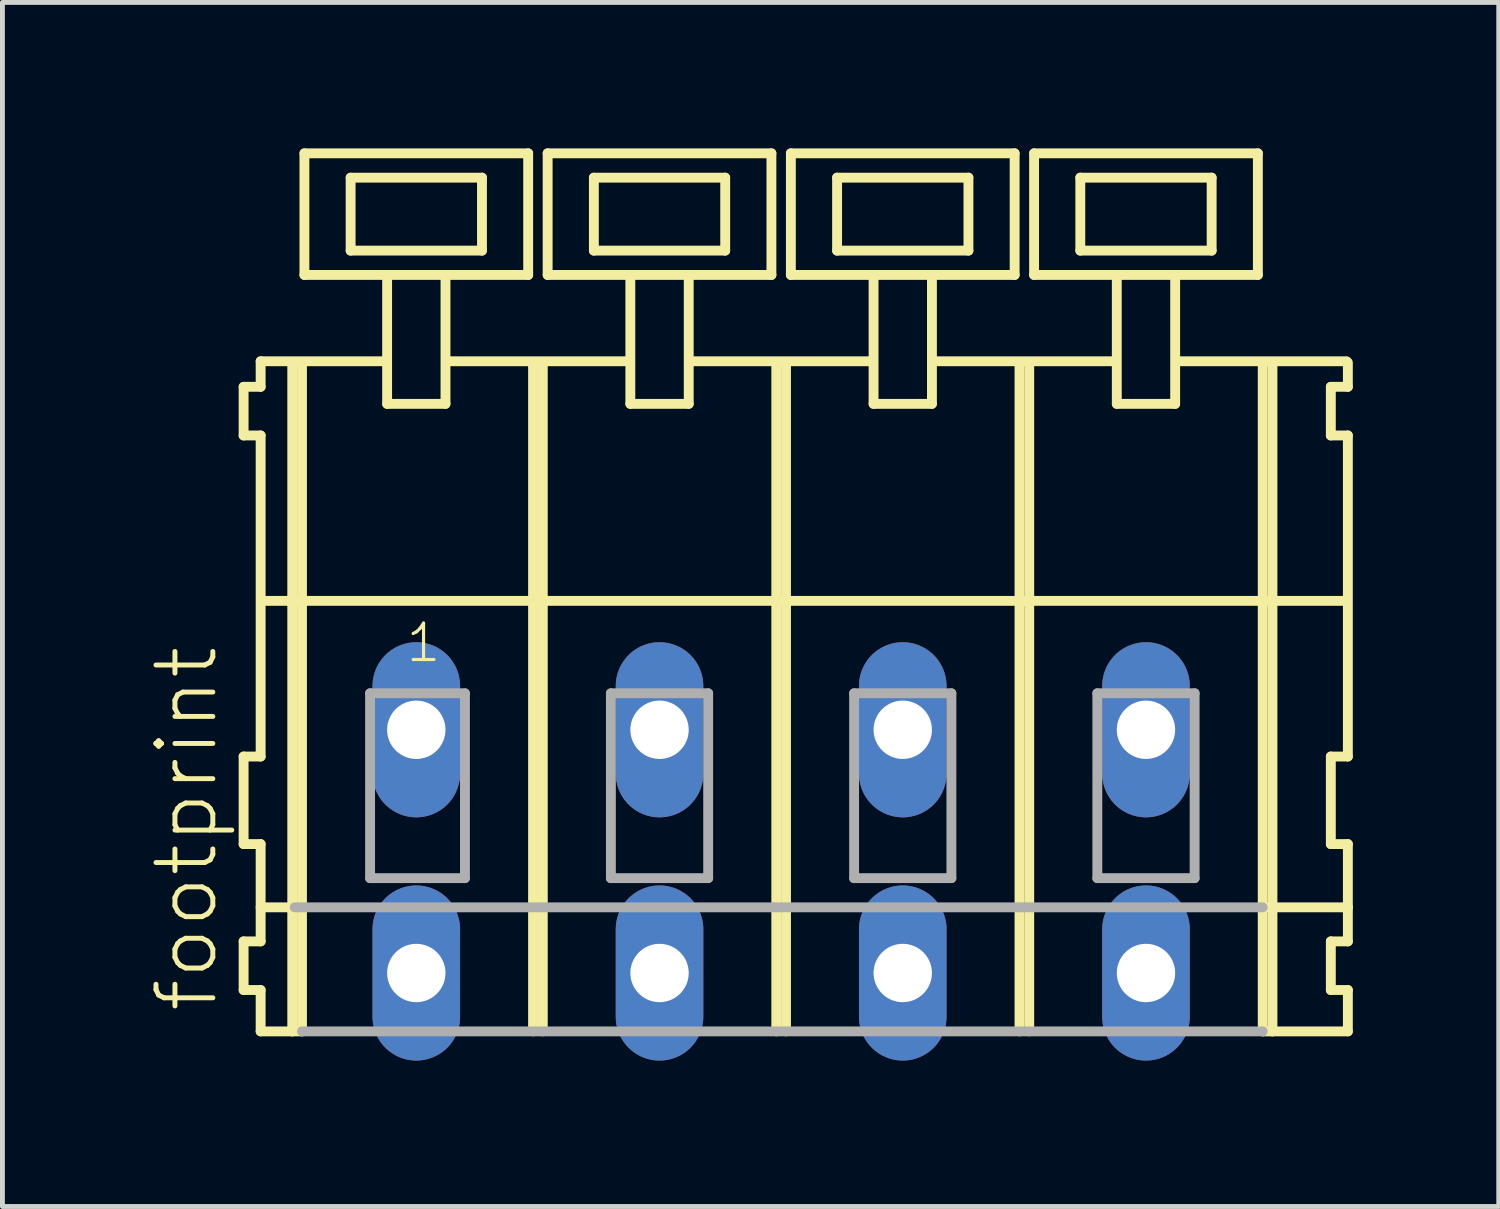
<source format=kicad_pcb>
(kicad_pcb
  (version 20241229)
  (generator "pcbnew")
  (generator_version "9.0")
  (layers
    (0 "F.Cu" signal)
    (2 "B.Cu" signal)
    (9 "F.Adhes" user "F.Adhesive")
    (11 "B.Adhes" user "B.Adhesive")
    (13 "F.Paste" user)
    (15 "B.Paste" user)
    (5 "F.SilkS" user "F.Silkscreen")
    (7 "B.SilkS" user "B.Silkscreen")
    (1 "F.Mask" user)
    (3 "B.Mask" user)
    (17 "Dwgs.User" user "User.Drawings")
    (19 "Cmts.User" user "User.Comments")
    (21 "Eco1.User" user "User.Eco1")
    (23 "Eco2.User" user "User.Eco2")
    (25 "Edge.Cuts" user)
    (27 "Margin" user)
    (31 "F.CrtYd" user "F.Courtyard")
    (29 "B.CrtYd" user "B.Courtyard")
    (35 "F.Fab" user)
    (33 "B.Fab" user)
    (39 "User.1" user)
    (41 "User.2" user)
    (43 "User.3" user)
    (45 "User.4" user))
  (footprint "footprint"
    (layer "F.Cu")
    (at 13.008 11.952)
    (property "Reference" "footprint" (at -11.535 5.855 90) (layer "F.SilkS") (effects (font (size 1.168 1.168) (thickness 0.102)) (justify left bottom)))
    (fp_line (start -11.05 -7.05) (end -11.05 -6.05) (stroke (width 0.203) (type solid)) (layer "F.SilkS"))
    (fp_line (start -11.05 -6.05) (end -10.7 -6.05) (stroke (width 0.203) (type solid)) (layer "F.SilkS"))
    (fp_line (start -11.05 0.55) (end -11.05 2.35) (stroke (width 0.203) (type solid)) (layer "F.SilkS"))
    (fp_line (start -11.05 2.35) (end -10.7 2.35) (stroke (width 0.203) (type solid)) (layer "F.SilkS"))
    (fp_line (start -11.05 4.35) (end -11.05 5.35) (stroke (width 0.203) (type solid)) (layer "F.SilkS"))
    (fp_line (start -11.05 5.35) (end -10.7 5.35) (stroke (width 0.203) (type solid)) (layer "F.SilkS"))
    (fp_line (start -10.7 -7.575) (end -10.7 -7.05) (stroke (width 0.203) (type solid)) (layer "F.SilkS"))
    (fp_line (start -10.7 -7.575) (end -8.125 -7.575) (stroke (width 0.203) (type solid)) (layer "F.SilkS"))
    (fp_line (start -10.7 -7.05) (end -11.05 -7.05) (stroke (width 0.203) (type solid)) (layer "F.SilkS"))
    (fp_line (start -10.7 -6.05) (end -10.7 0.55) (stroke (width 0.203) (type solid)) (layer "F.SilkS"))
    (fp_line (start -10.7 0.55) (end -11.05 0.55) (stroke (width 0.203) (type solid)) (layer "F.SilkS"))
    (fp_line (start -10.7 2.35) (end -10.7 4.35) (stroke (width 0.203) (type solid)) (layer "F.SilkS"))
    (fp_line (start -10.7 3.65) (end -10 3.65) (stroke (width 0.203) (type solid)) (layer "F.SilkS"))
    (fp_line (start -10.7 4.35) (end -11.05 4.35) (stroke (width 0.203) (type solid)) (layer "F.SilkS"))
    (fp_line (start -10.7 5.35) (end -10.7 6.2) (stroke (width 0.203) (type solid)) (layer "F.SilkS"))
    (fp_line (start -10.7 6.2) (end -10.05 6.2) (stroke (width 0.203) (type solid)) (layer "F.SilkS"))
    (fp_line (start -10.65 -2.65) (end -5.1 -2.65) (stroke (width 0.203) (type solid)) (layer "F.SilkS"))
    (fp_line (start -10.05 -7.55) (end -10.05 6.2) (stroke (width 0.203) (type solid)) (layer "F.SilkS"))
    (fp_line (start -10.05 6.2) (end -9.85 6.2) (stroke (width 0.203) (type solid)) (layer "F.SilkS"))
    (fp_line (start -9.85 -7.55) (end -9.85 6.2) (stroke (width 0.203) (type solid)) (layer "F.SilkS"))
    (fp_line (start -9.8 -11.85) (end -9.8 -9.35) (stroke (width 0.203) (type solid)) (layer "F.SilkS"))
    (fp_line (start -9.8 -9.35) (end -8.1 -9.35) (stroke (width 0.203) (type solid)) (layer "F.SilkS"))
    (fp_line (start -8.85 -11.35) (end -8.85 -9.85) (stroke (width 0.203) (type solid)) (layer "F.SilkS"))
    (fp_line (start -8.85 -9.85) (end -6.15 -9.85) (stroke (width 0.203) (type solid)) (layer "F.SilkS"))
    (fp_line (start -8.1 -9.35) (end -8.1 -6.7) (stroke (width 0.203) (type solid)) (layer "F.SilkS"))
    (fp_line (start -8.1 -9.35) (end -6.9 -9.35) (stroke (width 0.203) (type solid)) (layer "F.SilkS"))
    (fp_line (start -8.1 -6.7) (end -6.9 -6.7) (stroke (width 0.203) (type solid)) (layer "F.SilkS"))
    (fp_line (start -6.9 -9.35) (end -5.2 -9.35) (stroke (width 0.203) (type solid)) (layer "F.SilkS"))
    (fp_line (start -6.9 -6.7) (end -6.9 -9.35) (stroke (width 0.203) (type solid)) (layer "F.SilkS"))
    (fp_line (start -6.825 -7.575) (end -3.125 -7.575) (stroke (width 0.203) (type solid)) (layer "F.SilkS"))
    (fp_line (start -6.15 -11.35) (end -8.85 -11.35) (stroke (width 0.203) (type solid)) (layer "F.SilkS"))
    (fp_line (start -6.15 -9.85) (end -6.15 -11.35) (stroke (width 0.203) (type solid)) (layer "F.SilkS"))
    (fp_line (start -5.2 -11.85) (end -9.8 -11.85) (stroke (width 0.203) (type solid)) (layer "F.SilkS"))
    (fp_line (start -5.2 -9.35) (end -5.2 -11.85) (stroke (width 0.203) (type solid)) (layer "F.SilkS"))
    (fp_line (start -5.1 -7.55) (end -5.1 -2.65) (stroke (width 0.203) (type solid)) (layer "F.SilkS"))
    (fp_line (start -5.1 -2.65) (end -5.1 6.2) (stroke (width 0.203) (type solid)) (layer "F.SilkS"))
    (fp_line (start -4.9 -7.55) (end -4.9 -2.65) (stroke (width 0.203) (type solid)) (layer "F.SilkS"))
    (fp_line (start -4.9 -2.65) (end -4.9 6.2) (stroke (width 0.203) (type solid)) (layer "F.SilkS"))
    (fp_line (start -4.9 -2.65) (end -0.1 -2.65) (stroke (width 0.203) (type solid)) (layer "F.SilkS"))
    (fp_line (start -4.8 -11.85) (end -4.8 -9.35) (stroke (width 0.203) (type solid)) (layer "F.SilkS"))
    (fp_line (start -4.8 -9.35) (end -3.1 -9.35) (stroke (width 0.203) (type solid)) (layer "F.SilkS"))
    (fp_line (start -3.85 -11.35) (end -3.85 -9.85) (stroke (width 0.203) (type solid)) (layer "F.SilkS"))
    (fp_line (start -3.85 -9.85) (end -1.15 -9.85) (stroke (width 0.203) (type solid)) (layer "F.SilkS"))
    (fp_line (start -3.1 -9.35) (end -3.1 -6.7) (stroke (width 0.203) (type solid)) (layer "F.SilkS"))
    (fp_line (start -3.1 -9.35) (end -1.9 -9.35) (stroke (width 0.203) (type solid)) (layer "F.SilkS"))
    (fp_line (start -3.1 -6.7) (end -1.9 -6.7) (stroke (width 0.203) (type solid)) (layer "F.SilkS"))
    (fp_line (start -1.9 -9.35) (end -0.2 -9.35) (stroke (width 0.203) (type solid)) (layer "F.SilkS"))
    (fp_line (start -1.9 -6.7) (end -1.9 -9.35) (stroke (width 0.203) (type solid)) (layer "F.SilkS"))
    (fp_line (start -1.875 -7.575) (end 1.875 -7.575) (stroke (width 0.203) (type solid)) (layer "F.SilkS"))
    (fp_line (start -1.15 -11.35) (end -3.85 -11.35) (stroke (width 0.203) (type solid)) (layer "F.SilkS"))
    (fp_line (start -1.15 -9.85) (end -1.15 -11.35) (stroke (width 0.203) (type solid)) (layer "F.SilkS"))
    (fp_line (start -0.2 -11.85) (end -4.8 -11.85) (stroke (width 0.203) (type solid)) (layer "F.SilkS"))
    (fp_line (start -0.2 -9.35) (end -0.2 -11.85) (stroke (width 0.203) (type solid)) (layer "F.SilkS"))
    (fp_line (start -0.1 -7.55) (end -0.1 -2.65) (stroke (width 0.203) (type solid)) (layer "F.SilkS"))
    (fp_line (start -0.1 -2.65) (end -0.1 6.2) (stroke (width 0.203) (type solid)) (layer "F.SilkS"))
    (fp_line (start -0.1 -2.65) (end 0.1 -2.65) (stroke (width 0.203) (type solid)) (layer "F.SilkS"))
    (fp_line (start 0.1 -7.55) (end 0.1 -2.65) (stroke (width 0.203) (type solid)) (layer "F.SilkS"))
    (fp_line (start 0.1 -2.65) (end 0.1 6.2) (stroke (width 0.203) (type solid)) (layer "F.SilkS"))
    (fp_line (start 0.1 -2.65) (end 4.9 -2.65) (stroke (width 0.203) (type solid)) (layer "F.SilkS"))
    (fp_line (start 0.2 -11.85) (end 0.2 -9.35) (stroke (width 0.203) (type solid)) (layer "F.SilkS"))
    (fp_line (start 0.2 -9.35) (end 1.9 -9.35) (stroke (width 0.203) (type solid)) (layer "F.SilkS"))
    (fp_line (start 1.15 -11.35) (end 1.15 -9.85) (stroke (width 0.203) (type solid)) (layer "F.SilkS"))
    (fp_line (start 1.15 -9.85) (end 3.85 -9.85) (stroke (width 0.203) (type solid)) (layer "F.SilkS"))
    (fp_line (start 1.9 -9.35) (end 1.9 -6.7) (stroke (width 0.203) (type solid)) (layer "F.SilkS"))
    (fp_line (start 1.9 -9.35) (end 3.1 -9.35) (stroke (width 0.203) (type solid)) (layer "F.SilkS"))
    (fp_line (start 1.9 -6.7) (end 3.1 -6.7) (stroke (width 0.203) (type solid)) (layer "F.SilkS"))
    (fp_line (start 3.1 -9.35) (end 4.8 -9.35) (stroke (width 0.203) (type solid)) (layer "F.SilkS"))
    (fp_line (start 3.1 -6.7) (end 3.1 -9.35) (stroke (width 0.203) (type solid)) (layer "F.SilkS"))
    (fp_line (start 3.125 -7.575) (end 6.875 -7.575) (stroke (width 0.203) (type solid)) (layer "F.SilkS"))
    (fp_line (start 3.85 -11.35) (end 1.15 -11.35) (stroke (width 0.203) (type solid)) (layer "F.SilkS"))
    (fp_line (start 3.85 -9.85) (end 3.85 -11.35) (stroke (width 0.203) (type solid)) (layer "F.SilkS"))
    (fp_line (start 4.8 -11.85) (end 0.2 -11.85) (stroke (width 0.203) (type solid)) (layer "F.SilkS"))
    (fp_line (start 4.8 -9.35) (end 4.8 -11.85) (stroke (width 0.203) (type solid)) (layer "F.SilkS"))
    (fp_line (start 4.9 -7.55) (end 4.9 -2.65) (stroke (width 0.203) (type solid)) (layer "F.SilkS"))
    (fp_line (start 4.9 -2.65) (end 4.9 6.2) (stroke (width 0.203) (type solid)) (layer "F.SilkS"))
    (fp_line (start 4.9 -2.65) (end 5.1 -2.65) (stroke (width 0.203) (type solid)) (layer "F.SilkS"))
    (fp_line (start 4.9 -2.65) (end 9.9 -2.65) (stroke (width 0.203) (type solid)) (layer "F.SilkS"))
    (fp_line (start 5.1 -7.55) (end 5.1 -2.65) (stroke (width 0.203) (type solid)) (layer "F.SilkS"))
    (fp_line (start 5.1 -2.65) (end 5.1 6.2) (stroke (width 0.203) (type solid)) (layer "F.SilkS"))
    (fp_line (start 5.2 -11.85) (end 5.2 -9.35) (stroke (width 0.203) (type solid)) (layer "F.SilkS"))
    (fp_line (start 5.2 -9.35) (end 6.9 -9.35) (stroke (width 0.203) (type solid)) (layer "F.SilkS"))
    (fp_line (start 6.15 -11.35) (end 6.15 -9.85) (stroke (width 0.203) (type solid)) (layer "F.SilkS"))
    (fp_line (start 6.15 -9.85) (end 8.85 -9.85) (stroke (width 0.203) (type solid)) (layer "F.SilkS"))
    (fp_line (start 6.9 -9.35) (end 6.9 -6.7) (stroke (width 0.203) (type solid)) (layer "F.SilkS"))
    (fp_line (start 6.9 -9.35) (end 8.1 -9.35) (stroke (width 0.203) (type solid)) (layer "F.SilkS"))
    (fp_line (start 6.9 -6.7) (end 8.1 -6.7) (stroke (width 0.203) (type solid)) (layer "F.SilkS"))
    (fp_line (start 8.1 -9.35) (end 9.8 -9.35) (stroke (width 0.203) (type solid)) (layer "F.SilkS"))
    (fp_line (start 8.1 -6.7) (end 8.1 -9.35) (stroke (width 0.203) (type solid)) (layer "F.SilkS"))
    (fp_line (start 8.125 -7.575) (end 11.625 -7.575) (stroke (width 0.203) (type solid)) (layer "F.SilkS"))
    (fp_line (start 8.85 -11.35) (end 6.15 -11.35) (stroke (width 0.203) (type solid)) (layer "F.SilkS"))
    (fp_line (start 8.85 -9.85) (end 8.85 -11.35) (stroke (width 0.203) (type solid)) (layer "F.SilkS"))
    (fp_line (start 9.8 -11.85) (end 5.2 -11.85) (stroke (width 0.203) (type solid)) (layer "F.SilkS"))
    (fp_line (start 9.8 -9.35) (end 9.8 -11.85) (stroke (width 0.203) (type solid)) (layer "F.SilkS"))
    (fp_line (start 9.9 -7.55) (end 9.9 -2.65) (stroke (width 0.203) (type solid)) (layer "F.SilkS"))
    (fp_line (start 9.9 -2.65) (end 9.9 6.2) (stroke (width 0.203) (type solid)) (layer "F.SilkS"))
    (fp_line (start 9.9 -2.65) (end 10.1 -2.65) (stroke (width 0.203) (type solid)) (layer "F.SilkS"))
    (fp_line (start 9.9 6.2) (end 10.1 6.2) (stroke (width 0.203) (type solid)) (layer "F.SilkS"))
    (fp_line (start 9.95 3.65) (end 11.65 3.65) (stroke (width 0.203) (type solid)) (layer "F.SilkS"))
    (fp_line (start 10.1 -7.55) (end 10.1 -2.65) (stroke (width 0.203) (type solid)) (layer "F.SilkS"))
    (fp_line (start 10.1 -2.65) (end 10.1 6.2) (stroke (width 0.203) (type solid)) (layer "F.SilkS"))
    (fp_line (start 10.1 -2.65) (end 11.6 -2.65) (stroke (width 0.203) (type solid)) (layer "F.SilkS"))
    (fp_line (start 10.1 6.2) (end 11.65 6.2) (stroke (width 0.203) (type solid)) (layer "F.SilkS"))
    (fp_line (start 11.3 -7.05) (end 11.3 -6.05) (stroke (width 0.203) (type solid)) (layer "F.SilkS"))
    (fp_line (start 11.3 -6.05) (end 11.65 -6.05) (stroke (width 0.203) (type solid)) (layer "F.SilkS"))
    (fp_line (start 11.3 0.55) (end 11.3 2.35) (stroke (width 0.203) (type solid)) (layer "F.SilkS"))
    (fp_line (start 11.3 2.35) (end 11.65 2.35) (stroke (width 0.203) (type solid)) (layer "F.SilkS"))
    (fp_line (start 11.3 4.35) (end 11.3 5.35) (stroke (width 0.203) (type solid)) (layer "F.SilkS"))
    (fp_line (start 11.3 5.35) (end 11.65 5.35) (stroke (width 0.203) (type solid)) (layer "F.SilkS"))
    (fp_line (start 11.65 -7.05) (end 11.3 -7.05) (stroke (width 0.203) (type solid)) (layer "F.SilkS"))
    (fp_line (start 11.65 -7.05) (end 11.65 -7.55) (stroke (width 0.203) (type solid)) (layer "F.SilkS"))
    (fp_line (start 11.65 0.55) (end 11.3 0.55) (stroke (width 0.203) (type solid)) (layer "F.SilkS"))
    (fp_line (start 11.65 0.55) (end 11.65 -6.05) (stroke (width 0.203) (type solid)) (layer "F.SilkS"))
    (fp_line (start 11.65 3.65) (end 11.65 2.35) (stroke (width 0.203) (type solid)) (layer "F.SilkS"))
    (fp_line (start 11.65 4.35) (end 11.3 4.35) (stroke (width 0.203) (type solid)) (layer "F.SilkS"))
    (fp_line (start 11.65 4.35) (end 11.65 3.65) (stroke (width 0.203) (type solid)) (layer "F.SilkS"))
    (fp_line (start 11.65 6.2) (end 11.65 5.35) (stroke (width 0.203) (type solid)) (layer "F.SilkS"))
    (fp_line (start -10 3.65) (end 9.9 3.65) (stroke (width 0.203) (type solid)) (layer "F.Fab"))
    (fp_line (start -9.85 6.2) (end 9.9 6.2) (stroke (width 0.203) (type solid)) (layer "F.Fab"))
    (fp_line (start -8.45 -0.75) (end -8.45 3.05) (stroke (width 0.203) (type solid)) (layer "F.Fab"))
    (fp_line (start -8.45 3.05) (end -6.5 3.05) (stroke (width 0.203) (type solid)) (layer "F.Fab"))
    (fp_line (start -6.5 -0.75) (end -8.45 -0.75) (stroke (width 0.203) (type solid)) (layer "F.Fab"))
    (fp_line (start -6.5 3.05) (end -6.5 -0.75) (stroke (width 0.203) (type solid)) (layer "F.Fab"))
    (fp_line (start -3.5 -0.75) (end -3.5 3.05) (stroke (width 0.203) (type solid)) (layer "F.Fab"))
    (fp_line (start -3.5 3.05) (end -1.5 3.05) (stroke (width 0.203) (type solid)) (layer "F.Fab"))
    (fp_line (start -1.5 -0.75) (end -3.5 -0.75) (stroke (width 0.203) (type solid)) (layer "F.Fab"))
    (fp_line (start -1.5 3.05) (end -1.5 -0.75) (stroke (width 0.203) (type solid)) (layer "F.Fab"))
    (fp_line (start 1.5 -0.75) (end 1.5 3.05) (stroke (width 0.203) (type solid)) (layer "F.Fab"))
    (fp_line (start 1.5 3.05) (end 3.5 3.05) (stroke (width 0.203) (type solid)) (layer "F.Fab"))
    (fp_line (start 3.5 -0.75) (end 1.5 -0.75) (stroke (width 0.203) (type solid)) (layer "F.Fab"))
    (fp_line (start 3.5 3.05) (end 3.5 -0.75) (stroke (width 0.203) (type solid)) (layer "F.Fab"))
    (fp_line (start 6.5 -0.75) (end 6.5 3.05) (stroke (width 0.203) (type solid)) (layer "F.Fab"))
    (fp_line (start 6.5 3.05) (end 8.5 3.05) (stroke (width 0.203) (type solid)) (layer "F.Fab"))
    (fp_line (start 8.5 -0.75) (end 6.5 -0.75) (stroke (width 0.203) (type solid)) (layer "F.Fab"))
    (fp_line (start 8.5 3.05) (end 8.5 -0.75) (stroke (width 0.203) (type solid)) (layer "F.Fab"))
    (fp_text user "1" (at -7.75 -1.35 0) (layer "F.SilkS") (effects (font (size 0.748 0.748) (thickness 0.065)) (justify left bottom)))
    (pad "A1" thru_hole oval (at -7.5 0 90) (size 3.6 1.8) (drill 1.2) (layers "*.Cu" "*.Mask"))
    (pad "A2" thru_hole oval (at -2.5 0 90) (size 3.6 1.8) (drill 1.2) (layers "*.Cu" "*.Mask"))
    (pad "A3" thru_hole oval (at 2.5 0 90) (size 3.6 1.8) (drill 1.2) (layers "*.Cu" "*.Mask"))
    (pad "A4" thru_hole oval (at 7.5 0 90) (size 3.6 1.8) (drill 1.2) (layers "*.Cu" "*.Mask"))
    (pad "B1" thru_hole oval (at -7.5 5 90) (size 3.6 1.8) (drill 1.2) (layers "*.Cu" "*.Mask"))
    (pad "B2" thru_hole oval (at -2.5 5 90) (size 3.6 1.8) (drill 1.2) (layers "*.Cu" "*.Mask"))
    (pad "B3" thru_hole oval (at 2.5 5 90) (size 3.6 1.8) (drill 1.2) (layers "*.Cu" "*.Mask"))
    (pad "B4" thru_hole oval (at 7.5 5 90) (size 3.6 1.8) (drill 1.2) (layers "*.Cu" "*.Mask")))
  (gr_rect
    (start -3 -3)
    (end 27.76 21.752)
    (stroke (width 0.1) (type default))
    (fill no)
    (layer "Edge.Cuts")))
</source>
